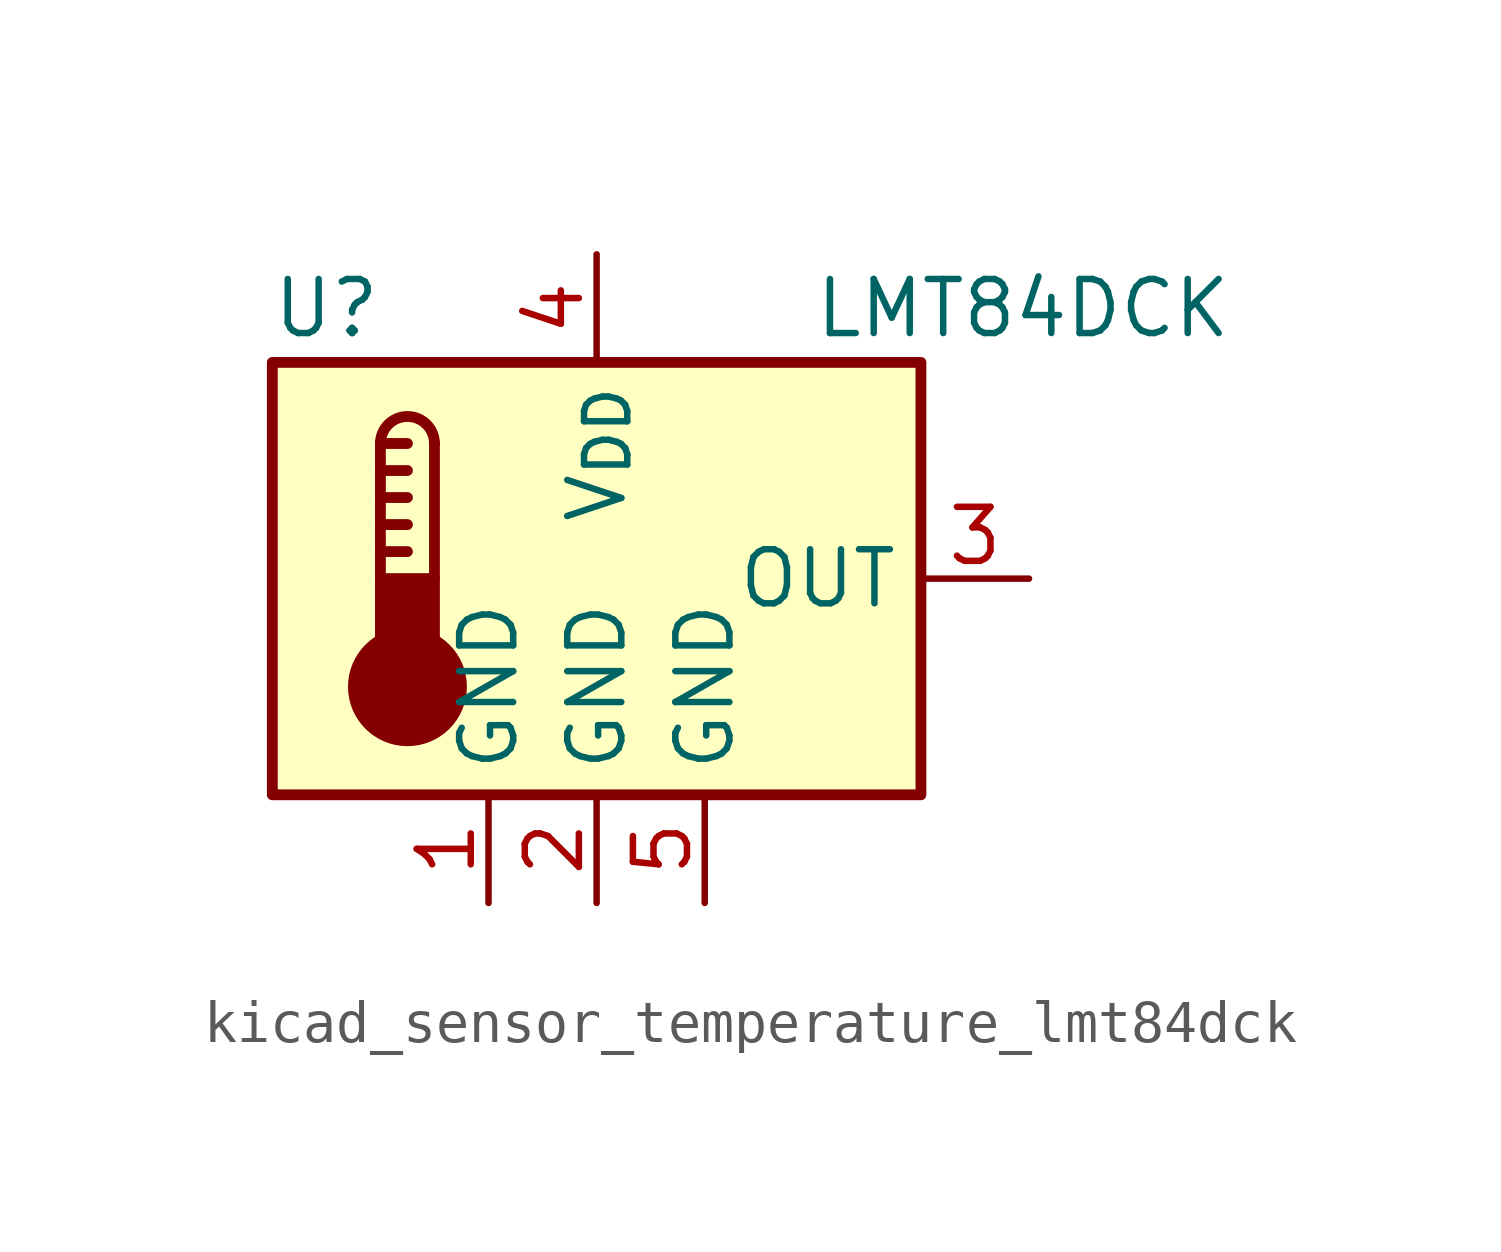
<source format=kicad_sym>
(kicad_symbol_lib
  (version 20220914)
  (generator kicad_symbol_editor)
  (symbol "kicad_sensor_temperature_lmt84dck"
    (property "Reference" "U"
      (at -6.35 6.35 0)
      (effects (font (size 1.27 1.27))))
    (property "Value" "LMT84DCK"
      (at 5.08 6.35 0)
      (effects (font (size 1.27 1.27)) (justify left)))
    (symbol "kicad_sensor_temperature_lmt84dck_0_1"
      (rectangle (start -7.62 5.08) (end 7.62 -5.08) (stroke (width 0.254) (type default)) (fill (type background)))
      (circle (center -4.445 -2.54) (radius 1.27) (stroke (width 0.254) (type default)) (fill (type outline)))
      (rectangle (start -3.81 -1.905) (end -5.08 0) (stroke (width 0.254) (type default)) (fill (type outline)))
      (arc (start -3.81 3.175) (mid -4.445 3.8073) (end -5.08 3.175) (stroke (width 0.254) (type default)) (fill (type none)))
      (polyline (pts (xy -5.08 0.635) (xy -4.445 0.635)) (stroke (width 0.254) (type default)) (fill (type none)))
      (polyline (pts (xy -5.08 1.27) (xy -4.445 1.27)) (stroke (width 0.254) (type default)) (fill (type none)))
      (polyline (pts (xy -5.08 1.905) (xy -4.445 1.905)) (stroke (width 0.254) (type default)) (fill (type none)))
      (polyline (pts (xy -5.08 2.54) (xy -4.445 2.54)) (stroke (width 0.254) (type default)) (fill (type none)))
      (polyline (pts (xy -5.08 3.175) (xy -5.08 0)) (stroke (width 0.254) (type default)) (fill (type none)))
      (polyline (pts (xy -5.08 3.175) (xy -4.445 3.175)) (stroke (width 0.254) (type default)) (fill (type none)))
      (polyline (pts (xy -3.81 3.175) (xy -3.81 0)) (stroke (width 0.254) (type default)) (fill (type none))))
    (symbol "kicad_sensor_temperature_lmt84dck_1_1"
      (pin power_in line (at -2.54 -7.62 90) (length 2.54) (name "GND" (effects (font (size 1.27 1.27)))) (number "1" (effects (font (size 1.27 1.27)))))
      (pin power_in line (at 0 -7.62 90) (length 2.54) (name "GND" (effects (font (size 1.27 1.27)))) (number "2" (effects (font (size 1.27 1.27)))))
      (pin output line (at 10.16 0 180) (length 2.54) (name "OUT" (effects (font (size 1.27 1.27)))) (number "3" (effects (font (size 1.27 1.27)))))
      (pin power_in line (at 0 7.62 270) (length 2.54) (name "V_{DD}" (effects (font (size 1.27 1.27)))) (number "4" (effects (font (size 1.27 1.27)))))
      (pin power_in line (at 2.54 -7.62 90) (length 2.54) (name "GND" (effects (font (size 1.27 1.27)))) (number "5" (effects (font (size 1.27 1.27))))))))
</source>
